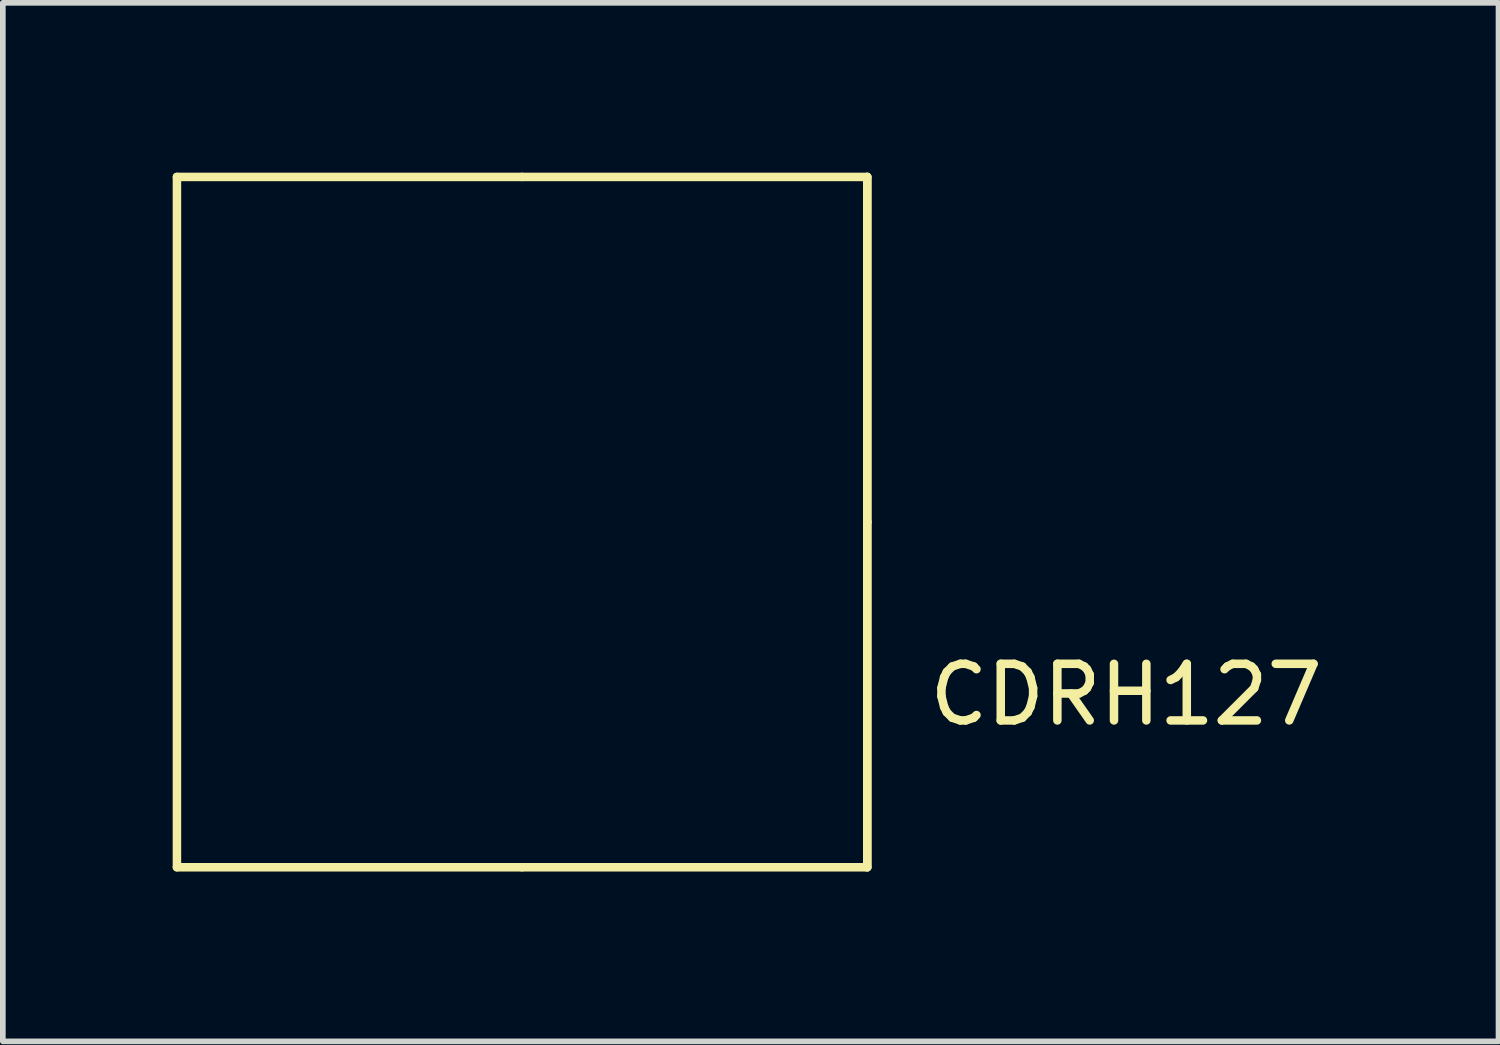
<source format=kicad_pcb>
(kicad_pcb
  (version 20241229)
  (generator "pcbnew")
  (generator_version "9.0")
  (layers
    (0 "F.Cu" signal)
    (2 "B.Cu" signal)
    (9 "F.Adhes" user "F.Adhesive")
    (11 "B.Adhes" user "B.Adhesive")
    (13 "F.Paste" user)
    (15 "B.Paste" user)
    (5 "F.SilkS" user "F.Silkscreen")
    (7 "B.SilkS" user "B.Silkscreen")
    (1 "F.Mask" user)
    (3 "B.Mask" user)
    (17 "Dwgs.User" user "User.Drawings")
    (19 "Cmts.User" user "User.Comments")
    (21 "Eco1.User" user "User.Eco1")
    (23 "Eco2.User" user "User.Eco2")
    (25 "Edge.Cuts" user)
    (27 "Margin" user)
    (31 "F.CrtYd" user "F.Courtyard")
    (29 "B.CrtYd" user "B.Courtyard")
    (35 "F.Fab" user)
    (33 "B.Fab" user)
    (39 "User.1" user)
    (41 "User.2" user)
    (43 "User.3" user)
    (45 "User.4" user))
  (footprint "CDRH127"
    (layer "F.Cu")
    (at 6.171 6.171)
    (property "Reference" "CDRH127" (at 10.668 3.048 0) (layer "F.SilkS") (effects (font (size 1 1) (thickness 0.15))))
    (attr through_hole)
    (fp_line (start -6.096 -6.096) (end -6.096 6.096) (stroke (width 0.15) (type solid)) (layer "F.SilkS"))
    (fp_line (start -6.096 -6.096) (end 0 -6.096) (stroke (width 0.15) (type solid)) (layer "F.SilkS"))
    (fp_line (start 0 6.096) (end -6.096 6.096) (stroke (width 0.15) (type solid)) (layer "F.SilkS"))
    (fp_line (start 6.096 -6.096) (end 0 -6.096) (stroke (width 0.15) (type solid)) (layer "F.SilkS"))
    (fp_line (start 6.096 -6.096) (end 6.096 0) (stroke (width 0.15) (type solid)) (layer "F.SilkS"))
    (fp_line (start 6.096 0) (end 6.096 -6.096) (stroke (width 0.15) (type solid)) (layer "F.SilkS"))
    (fp_line (start 6.096 0) (end 6.096 6.096) (stroke (width 0.15) (type solid)) (layer "F.SilkS"))
    (fp_line (start 6.096 6.096) (end 0 6.096) (stroke (width 0.15) (type solid)) (layer "F.SilkS"))
    (fp_line (start 6.096 6.096) (end 6.096 0) (stroke (width 0.15) (type solid)) (layer "F.SilkS")))
  (gr_rect
    (start -3 -3)
    (end 23.416 15.342)
    (stroke (width 0.1) (type default))
    (fill no)
    (layer "Edge.Cuts")))
</source>
